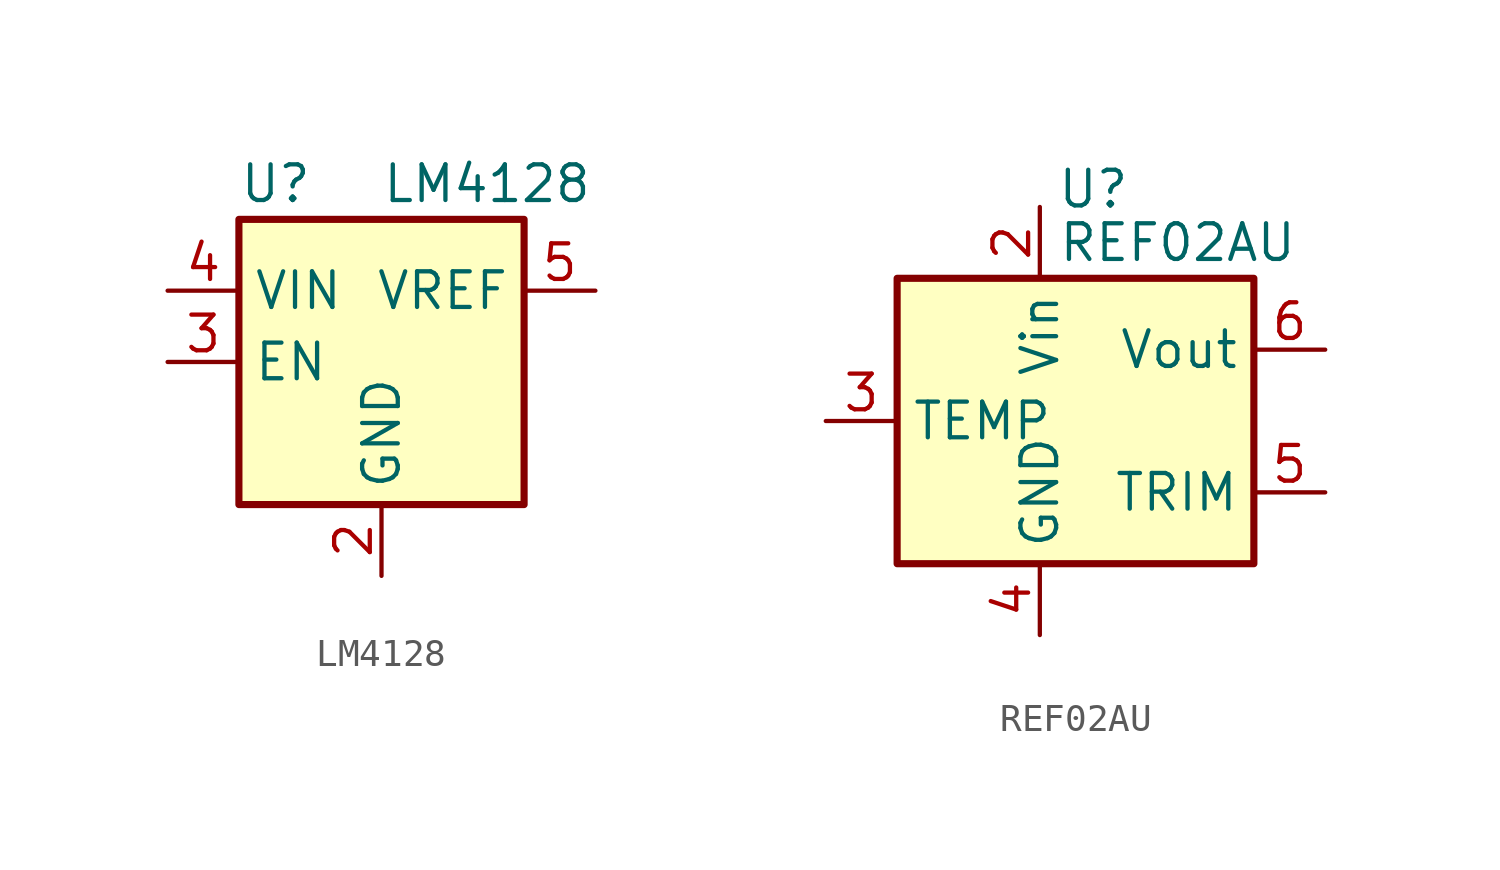
<source format=kicad_sym>
(kicad_symbol_lib
  (version 20231120)
  (generator "kicad_symbol_editor")
  (generator_version "8.0")
  (symbol "LM4128"
    (property "Reference" "U"
      (at -5.08 6.35 0)
      (effects (font (size 1.27 1.27)) (justify left)))
    (property "Value" "LM4128"
      (at 0 6.35 0)
      (effects (font (size 1.27 1.27)) (justify left)))
    (symbol "LM4128_0_1"
      (rectangle (start -5.08 5.08) (end 5.08 -5.08) (stroke (width 0.254) (type default)) (fill (type background))))
    (symbol "LM4128_1_1"
      (pin power_in line (at 0 -7.62 90) (length 2.54) (name "GND" (effects (font (size 1.27 1.27)))) (number "2" (effects (font (size 1.27 1.27)))))
      (pin input line (at -7.62 0 0) (length 2.54) (name "EN" (effects (font (size 1.27 1.27)))) (number "3" (effects (font (size 1.27 1.27)))))
      (pin power_in line (at -7.62 2.54 0) (length 2.54) (name "VIN" (effects (font (size 1.27 1.27)))) (number "4" (effects (font (size 1.27 1.27)))))
      (pin power_out line (at 7.62 2.54 180) (length 2.54) (name "VREF" (effects (font (size 1.27 1.27)))) (number "5" (effects (font (size 1.27 1.27)))))))
  (symbol "REF02AU"
    (property "Reference" "U"
      (at 1.905 8.255 0)
      (effects (font (size 1.27 1.27))))
    (property "Value" "REF02AU"
      (at 0.635 6.35 0)
      (effects (font (size 1.27 1.27)) (justify left)))
    (symbol "REF02AU_0_1"
      (rectangle (start -5.08 5.08) (end 7.62 -5.08) (stroke (width 0.254) (type default)) (fill (type background))))
    (symbol "REF02AU_1_1"
      (pin no_connect line (at 2.54 -5.08 90) (length 2.54) hide (name "NC" (effects (font (size 1.27 1.27)))) (number "1" (effects (font (size 1.27 1.27)))))
      (pin power_in line (at 0 7.62 270) (length 2.54) (name "Vin" (effects (font (size 1.27 1.27)))) (number "2" (effects (font (size 1.27 1.27)))))
      (pin passive line (at -7.62 0 0) (length 2.54) (name "TEMP" (effects (font (size 1.27 1.27)))) (number "3" (effects (font (size 1.27 1.27)))))
      (pin power_in line (at 0 -7.62 90) (length 2.54) (name "GND" (effects (font (size 1.27 1.27)))) (number "4" (effects (font (size 1.27 1.27)))))
      (pin passive line (at 10.16 -2.54 180) (length 2.54) (name "TRIM" (effects (font (size 1.27 1.27)))) (number "5" (effects (font (size 1.27 1.27)))))
      (pin power_out line (at 10.16 2.54 180) (length 2.54) (name "Vout" (effects (font (size 1.27 1.27)))) (number "6" (effects (font (size 1.27 1.27)))))
      (pin no_connect line (at -2.54 -5.08 90) (length 2.54) hide (name "NC" (effects (font (size 1.27 1.27)))) (number "7" (effects (font (size 1.27 1.27)))))
      (pin no_connect line (at 7.62 0 180) (length 2.54) hide (name "NC" (effects (font (size 1.27 1.27)))) (number "8" (effects (font (size 1.27 1.27))))))))
</source>
